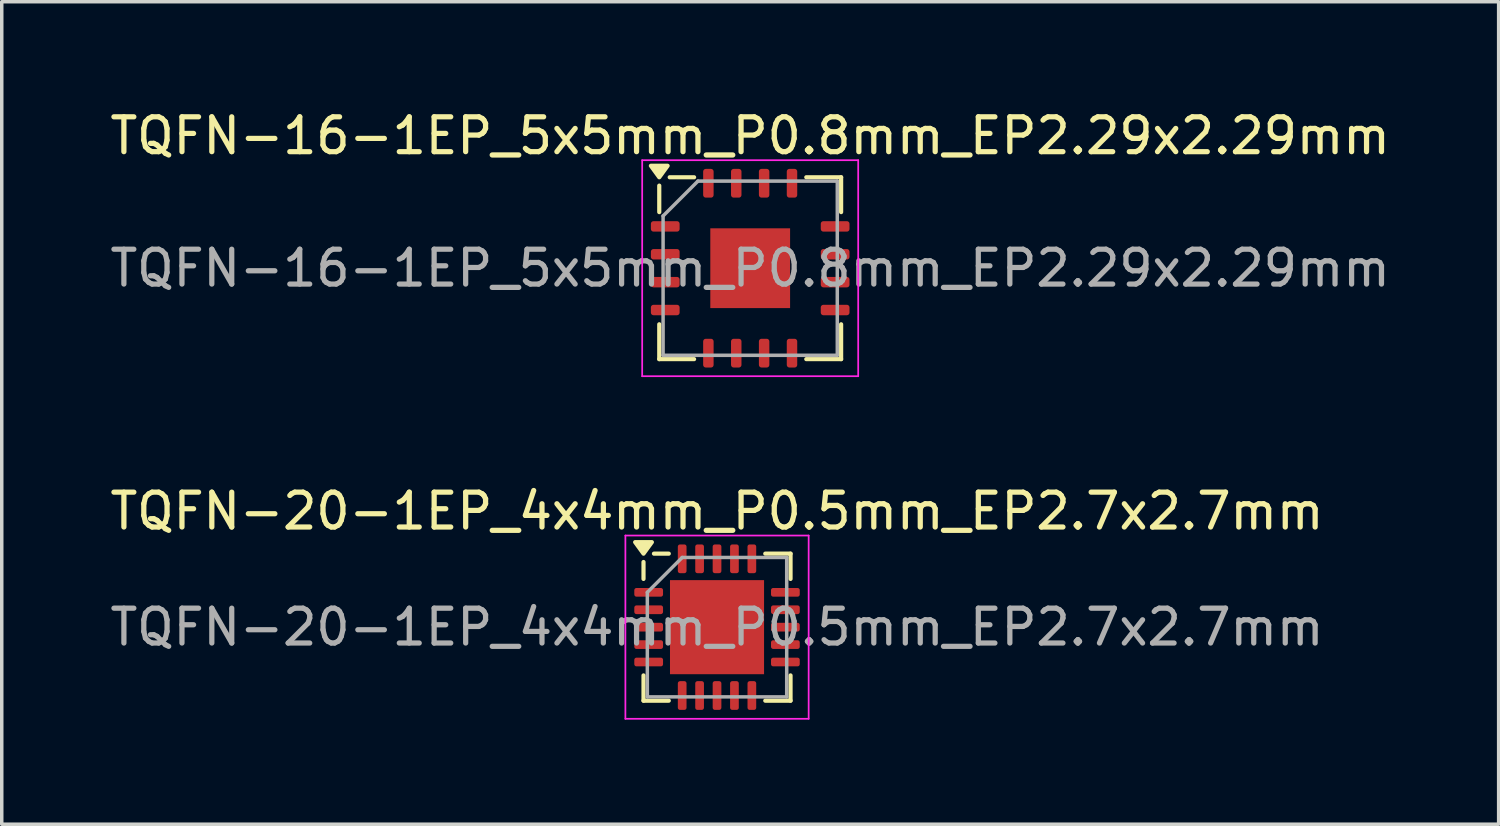
<source format=kicad_pcb>
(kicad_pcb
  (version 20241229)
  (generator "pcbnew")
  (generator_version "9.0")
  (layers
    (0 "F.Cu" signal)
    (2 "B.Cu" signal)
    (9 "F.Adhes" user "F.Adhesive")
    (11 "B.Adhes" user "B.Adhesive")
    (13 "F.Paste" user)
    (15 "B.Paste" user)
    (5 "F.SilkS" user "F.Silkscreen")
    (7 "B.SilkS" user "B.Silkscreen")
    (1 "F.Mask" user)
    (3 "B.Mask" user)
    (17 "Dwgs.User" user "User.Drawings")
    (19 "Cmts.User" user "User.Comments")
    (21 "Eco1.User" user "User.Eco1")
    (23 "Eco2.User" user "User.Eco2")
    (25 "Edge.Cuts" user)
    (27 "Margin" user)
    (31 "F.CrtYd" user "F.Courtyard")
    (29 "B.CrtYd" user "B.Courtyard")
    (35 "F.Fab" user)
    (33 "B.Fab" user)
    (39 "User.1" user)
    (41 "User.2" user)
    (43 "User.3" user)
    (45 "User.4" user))
  (footprint "TQFN-20-1EP_4x4mm_P0.5mm_EP2.7x2.7mm"
    (layer "F.Cu")
    (at 17.53 14.951)
    (property "Reference" "TQFN-20-1EP_4x4mm_P0.5mm_EP2.7x2.7mm" (at 0 -3.33 0) (layer "F.SilkS") (effects (font (size 1 1) (thickness 0.15))))
    (attr smd)
    (fp_line (start -2.11 -1.385) (end -2.11 -1.87) (stroke (width 0.12) (type solid)) (layer "F.SilkS"))
    (fp_line (start -2.11 2.11) (end -2.11 1.385) (stroke (width 0.12) (type solid)) (layer "F.SilkS"))
    (fp_line (start -1.385 -2.11) (end -1.81 -2.11) (stroke (width 0.12) (type solid)) (layer "F.SilkS"))
    (fp_line (start -1.385 2.11) (end -2.11 2.11) (stroke (width 0.12) (type solid)) (layer "F.SilkS"))
    (fp_line (start 1.385 -2.11) (end 2.11 -2.11) (stroke (width 0.12) (type solid)) (layer "F.SilkS"))
    (fp_line (start 1.385 2.11) (end 2.11 2.11) (stroke (width 0.12) (type solid)) (layer "F.SilkS"))
    (fp_line (start 2.11 -2.11) (end 2.11 -1.385) (stroke (width 0.12) (type solid)) (layer "F.SilkS"))
    (fp_line (start 2.11 2.11) (end 2.11 1.385) (stroke (width 0.12) (type solid)) (layer "F.SilkS"))
    (fp_poly (pts (xy -2.11 -2.11) (xy -2.35 -2.44) (xy -1.87 -2.44) (xy -2.11 -2.11)) (stroke (width 0.12) (type solid)) (fill yes) (layer "F.SilkS"))
    (fp_line (start -2.63 -2.63) (end -2.63 2.63) (stroke (width 0.05) (type solid)) (layer "F.CrtYd"))
    (fp_line (start -2.63 2.63) (end 2.63 2.63) (stroke (width 0.05) (type solid)) (layer "F.CrtYd"))
    (fp_line (start 2.63 -2.63) (end -2.63 -2.63) (stroke (width 0.05) (type solid)) (layer "F.CrtYd"))
    (fp_line (start 2.63 2.63) (end 2.63 -2.63) (stroke (width 0.05) (type solid)) (layer "F.CrtYd"))
    (fp_line (start -2 -1) (end -1 -2) (stroke (width 0.1) (type solid)) (layer "F.Fab"))
    (fp_line (start -2 2) (end -2 -1) (stroke (width 0.1) (type solid)) (layer "F.Fab"))
    (fp_line (start -1 -2) (end 2 -2) (stroke (width 0.1) (type solid)) (layer "F.Fab"))
    (fp_line (start 2 -2) (end 2 2) (stroke (width 0.1) (type solid)) (layer "F.Fab"))
    (fp_line (start 2 2) (end -2 2) (stroke (width 0.1) (type solid)) (layer "F.Fab"))
    (fp_text user "${REFERENCE}" (at 0 0 0) (layer "F.Fab") (effects (font (size 1 1) (thickness 0.15))))
    (pad "" smd roundrect (at -0.675 -0.675) (size 1.09 1.09) (layers "F.Paste") (roundrect_rratio 0.229))
    (pad "" smd roundrect (at -0.675 0.675) (size 1.09 1.09) (layers "F.Paste") (roundrect_rratio 0.229))
    (pad "" smd roundrect (at 0.675 -0.675) (size 1.09 1.09) (layers "F.Paste") (roundrect_rratio 0.229))
    (pad "" smd roundrect (at 0.675 0.675) (size 1.09 1.09) (layers "F.Paste") (roundrect_rratio 0.229))
    (pad "1" smd roundrect (at -1.962 -1) (size 0.825 0.25) (layers "F.Cu" "F.Mask" "F.Paste") (roundrect_rratio 0.25))
    (pad "2" smd roundrect (at -1.962 -0.5) (size 0.825 0.25) (layers "F.Cu" "F.Mask" "F.Paste") (roundrect_rratio 0.25))
    (pad "3" smd roundrect (at -1.962 0) (size 0.825 0.25) (layers "F.Cu" "F.Mask" "F.Paste") (roundrect_rratio 0.25))
    (pad "4" smd roundrect (at -1.962 0.5) (size 0.825 0.25) (layers "F.Cu" "F.Mask" "F.Paste") (roundrect_rratio 0.25))
    (pad "5" smd roundrect (at -1.962 1) (size 0.825 0.25) (layers "F.Cu" "F.Mask" "F.Paste") (roundrect_rratio 0.25))
    (pad "6" smd roundrect (at -1 1.962) (size 0.25 0.825) (layers "F.Cu" "F.Mask" "F.Paste") (roundrect_rratio 0.25))
    (pad "7" smd roundrect (at -0.5 1.962) (size 0.25 0.825) (layers "F.Cu" "F.Mask" "F.Paste") (roundrect_rratio 0.25))
    (pad "8" smd roundrect (at 0 1.962) (size 0.25 0.825) (layers "F.Cu" "F.Mask" "F.Paste") (roundrect_rratio 0.25))
    (pad "9" smd roundrect (at 0.5 1.962) (size 0.25 0.825) (layers "F.Cu" "F.Mask" "F.Paste") (roundrect_rratio 0.25))
    (pad "10" smd roundrect (at 1 1.962) (size 0.25 0.825) (layers "F.Cu" "F.Mask" "F.Paste") (roundrect_rratio 0.25))
    (pad "11" smd roundrect (at 1.962 1) (size 0.825 0.25) (layers "F.Cu" "F.Mask" "F.Paste") (roundrect_rratio 0.25))
    (pad "12" smd roundrect (at 1.962 0.5) (size 0.825 0.25) (layers "F.Cu" "F.Mask" "F.Paste") (roundrect_rratio 0.25))
    (pad "13" smd roundrect (at 1.962 0) (size 0.825 0.25) (layers "F.Cu" "F.Mask" "F.Paste") (roundrect_rratio 0.25))
    (pad "14" smd roundrect (at 1.962 -0.5) (size 0.825 0.25) (layers "F.Cu" "F.Mask" "F.Paste") (roundrect_rratio 0.25))
    (pad "15" smd roundrect (at 1.962 -1) (size 0.825 0.25) (layers "F.Cu" "F.Mask" "F.Paste") (roundrect_rratio 0.25))
    (pad "16" smd roundrect (at 1 -1.962) (size 0.25 0.825) (layers "F.Cu" "F.Mask" "F.Paste") (roundrect_rratio 0.25))
    (pad "17" smd roundrect (at 0.5 -1.962) (size 0.25 0.825) (layers "F.Cu" "F.Mask" "F.Paste") (roundrect_rratio 0.25))
    (pad "18" smd roundrect (at 0 -1.962) (size 0.25 0.825) (layers "F.Cu" "F.Mask" "F.Paste") (roundrect_rratio 0.25))
    (pad "19" smd roundrect (at -0.5 -1.962) (size 0.25 0.825) (layers "F.Cu" "F.Mask" "F.Paste") (roundrect_rratio 0.25))
    (pad "20" smd roundrect (at -1 -1.962) (size 0.25 0.825) (layers "F.Cu" "F.Mask" "F.Paste") (roundrect_rratio 0.25))
    (pad "21" smd rect (at 0 0) (size 2.7 2.7) (property pad_prop_heatsink) (layers "F.Cu" "F.Mask")))
  (footprint "TQFN-16-1EP_5x5mm_P0.8mm_EP2.29x2.29mm"
    (layer "F.Cu")
    (at 18.482 4.648)
    (property "Reference" "TQFN-16-1EP_5x5mm_P0.8mm_EP2.29x2.29mm" (at 0 -3.8 0) (layer "F.SilkS") (effects (font (size 1 1) (thickness 0.15))))
    (attr smd)
    (fp_line (start -2.61 -1.61) (end -2.61 -2.37) (stroke (width 0.12) (type solid)) (layer "F.SilkS"))
    (fp_line (start -2.61 2.61) (end -2.61 1.61) (stroke (width 0.12) (type solid)) (layer "F.SilkS"))
    (fp_line (start -1.61 -2.61) (end -2.31 -2.61) (stroke (width 0.12) (type solid)) (layer "F.SilkS"))
    (fp_line (start -1.61 2.61) (end -2.61 2.61) (stroke (width 0.12) (type solid)) (layer "F.SilkS"))
    (fp_line (start 1.61 -2.61) (end 2.61 -2.61) (stroke (width 0.12) (type solid)) (layer "F.SilkS"))
    (fp_line (start 1.61 2.61) (end 2.61 2.61) (stroke (width 0.12) (type solid)) (layer "F.SilkS"))
    (fp_line (start 2.61 -2.61) (end 2.61 -1.61) (stroke (width 0.12) (type solid)) (layer "F.SilkS"))
    (fp_line (start 2.61 2.61) (end 2.61 1.61) (stroke (width 0.12) (type solid)) (layer "F.SilkS"))
    (fp_poly (pts (xy -2.61 -2.61) (xy -2.85 -2.94) (xy -2.37 -2.94) (xy -2.61 -2.61)) (stroke (width 0.12) (type solid)) (fill yes) (layer "F.SilkS"))
    (fp_line (start -3.1 -3.1) (end -3.1 3.1) (stroke (width 0.05) (type solid)) (layer "F.CrtYd"))
    (fp_line (start -3.1 3.1) (end 3.1 3.1) (stroke (width 0.05) (type solid)) (layer "F.CrtYd"))
    (fp_line (start 3.1 -3.1) (end -3.1 -3.1) (stroke (width 0.05) (type solid)) (layer "F.CrtYd"))
    (fp_line (start 3.1 3.1) (end 3.1 -3.1) (stroke (width 0.05) (type solid)) (layer "F.CrtYd"))
    (fp_line (start -2.5 -1.5) (end -1.5 -2.5) (stroke (width 0.1) (type solid)) (layer "F.Fab"))
    (fp_line (start -2.5 2.5) (end -2.5 -1.5) (stroke (width 0.1) (type solid)) (layer "F.Fab"))
    (fp_line (start -1.5 -2.5) (end 2.5 -2.5) (stroke (width 0.1) (type solid)) (layer "F.Fab"))
    (fp_line (start 2.5 -2.5) (end 2.5 2.5) (stroke (width 0.1) (type solid)) (layer "F.Fab"))
    (fp_line (start 2.5 2.5) (end -2.5 2.5) (stroke (width 0.1) (type solid)) (layer "F.Fab"))
    (fp_text user "${REFERENCE}" (at 0 0 0) (layer "F.Fab") (effects (font (size 1 1) (thickness 0.15))))
    (pad "" smd roundrect (at -0.57 -0.57) (size 0.92 0.92) (layers "F.Paste") (roundrect_rratio 0.25))
    (pad "" smd roundrect (at -0.57 0.57) (size 0.92 0.92) (layers "F.Paste") (roundrect_rratio 0.25))
    (pad "" smd roundrect (at 0.57 -0.57) (size 0.92 0.92) (layers "F.Paste") (roundrect_rratio 0.25))
    (pad "" smd roundrect (at 0.57 0.57) (size 0.92 0.92) (layers "F.Paste") (roundrect_rratio 0.25))
    (pad "1" smd roundrect (at -2.438 -1.2) (size 0.825 0.3) (layers "F.Cu" "F.Mask" "F.Paste") (roundrect_rratio 0.25))
    (pad "2" smd roundrect (at -2.438 -0.4) (size 0.825 0.3) (layers "F.Cu" "F.Mask" "F.Paste") (roundrect_rratio 0.25))
    (pad "3" smd roundrect (at -2.438 0.4) (size 0.825 0.3) (layers "F.Cu" "F.Mask" "F.Paste") (roundrect_rratio 0.25))
    (pad "4" smd roundrect (at -2.438 1.2) (size 0.825 0.3) (layers "F.Cu" "F.Mask" "F.Paste") (roundrect_rratio 0.25))
    (pad "5" smd roundrect (at -1.2 2.438) (size 0.3 0.825) (layers "F.Cu" "F.Mask" "F.Paste") (roundrect_rratio 0.25))
    (pad "6" smd roundrect (at -0.4 2.438) (size 0.3 0.825) (layers "F.Cu" "F.Mask" "F.Paste") (roundrect_rratio 0.25))
    (pad "7" smd roundrect (at 0.4 2.438) (size 0.3 0.825) (layers "F.Cu" "F.Mask" "F.Paste") (roundrect_rratio 0.25))
    (pad "8" smd roundrect (at 1.2 2.438) (size 0.3 0.825) (layers "F.Cu" "F.Mask" "F.Paste") (roundrect_rratio 0.25))
    (pad "9" smd roundrect (at 2.438 1.2) (size 0.825 0.3) (layers "F.Cu" "F.Mask" "F.Paste") (roundrect_rratio 0.25))
    (pad "10" smd roundrect (at 2.438 0.4) (size 0.825 0.3) (layers "F.Cu" "F.Mask" "F.Paste") (roundrect_rratio 0.25))
    (pad "11" smd roundrect (at 2.438 -0.4) (size 0.825 0.3) (layers "F.Cu" "F.Mask" "F.Paste") (roundrect_rratio 0.25))
    (pad "12" smd roundrect (at 2.438 -1.2) (size 0.825 0.3) (layers "F.Cu" "F.Mask" "F.Paste") (roundrect_rratio 0.25))
    (pad "13" smd roundrect (at 1.2 -2.438) (size 0.3 0.825) (layers "F.Cu" "F.Mask" "F.Paste") (roundrect_rratio 0.25))
    (pad "14" smd roundrect (at 0.4 -2.438) (size 0.3 0.825) (layers "F.Cu" "F.Mask" "F.Paste") (roundrect_rratio 0.25))
    (pad "15" smd roundrect (at -0.4 -2.438) (size 0.3 0.825) (layers "F.Cu" "F.Mask" "F.Paste") (roundrect_rratio 0.25))
    (pad "16" smd roundrect (at -1.2 -2.438) (size 0.3 0.825) (layers "F.Cu" "F.Mask" "F.Paste") (roundrect_rratio 0.25))
    (pad "17" smd rect (at 0 0) (size 2.29 2.29) (property pad_prop_heatsink) (layers "F.Cu" "F.Mask")))
  (gr_rect
    (start -3 -3)
    (end 39.964 20.607)
    (stroke (width 0.1) (type default))
    (fill no)
    (layer "Edge.Cuts")))
</source>
